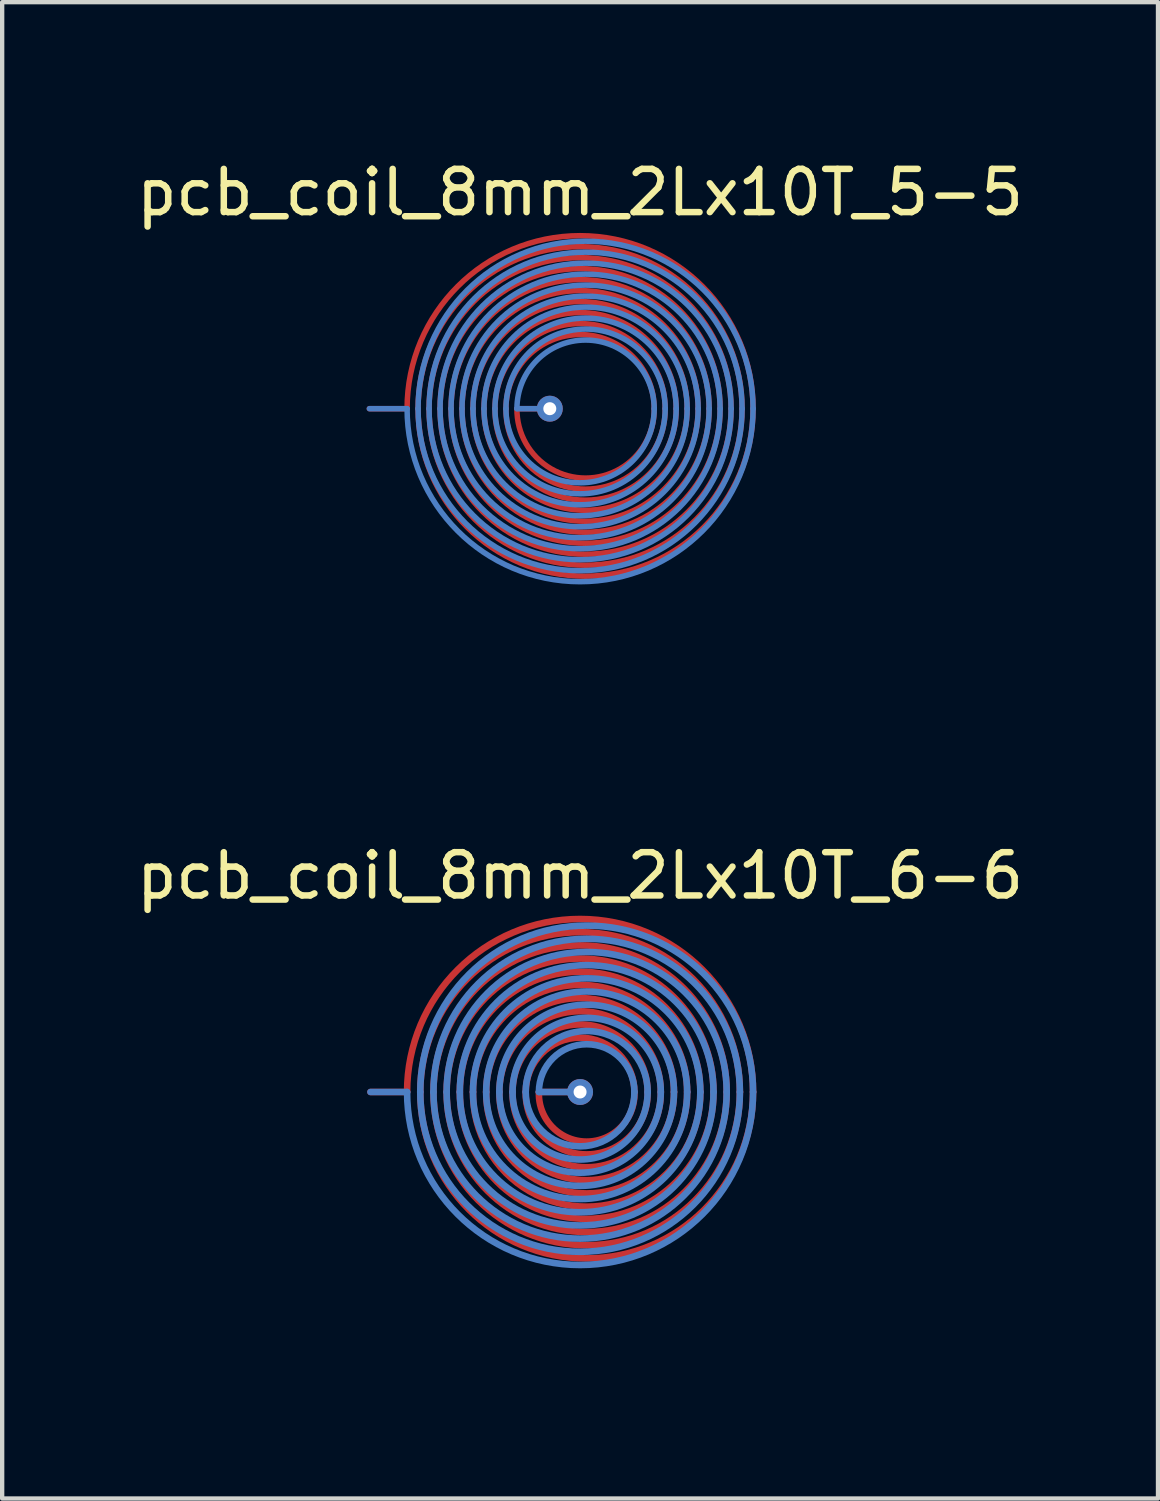
<source format=kicad_pcb>
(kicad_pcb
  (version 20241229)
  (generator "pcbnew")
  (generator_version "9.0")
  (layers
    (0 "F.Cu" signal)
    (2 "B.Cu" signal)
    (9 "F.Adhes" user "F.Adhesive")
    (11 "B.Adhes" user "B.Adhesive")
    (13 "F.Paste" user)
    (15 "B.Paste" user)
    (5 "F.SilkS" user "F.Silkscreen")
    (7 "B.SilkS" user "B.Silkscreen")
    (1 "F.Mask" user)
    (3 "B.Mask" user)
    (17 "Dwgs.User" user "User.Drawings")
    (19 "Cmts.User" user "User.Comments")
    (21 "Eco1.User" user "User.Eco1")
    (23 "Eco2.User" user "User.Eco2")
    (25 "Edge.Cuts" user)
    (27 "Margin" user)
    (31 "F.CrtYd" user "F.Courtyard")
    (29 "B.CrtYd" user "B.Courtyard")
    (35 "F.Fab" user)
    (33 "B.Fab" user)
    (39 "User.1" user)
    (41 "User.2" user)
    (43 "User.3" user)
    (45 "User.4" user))
  (footprint "pcb_coil_8mm_2Lx10T_5-5"
    (layer "F.Cu")
    (at 10.363 6.4)
    (property "Reference" "pcb_coil_8mm_2Lx10T_5-5" (at 0 -5 0) (unlocked yes) (layer "F.SilkS") (effects (font (size 1 1) (thickness 0.15))))
    (attr through_hole exclude_from_bom)
    (fp_line (start -1.46 0) (end -0.7 0) (stroke (width 0.127) (type solid)) (layer "F.Cu"))
    (fp_arc (start -4 0) (mid 0 -4) (end 4 0) (stroke (width 0.127) (type solid)) (layer "F.Cu"))
    (fp_arc (start -3.746 0) (mid 0 -3.746) (end 3.746 0) (stroke (width 0.127) (type solid)) (layer "F.Cu"))
    (fp_arc (start -3.492 0) (mid 0 -3.492) (end 3.492 0) (stroke (width 0.127) (type solid)) (layer "F.Cu"))
    (fp_arc (start -3.238 0) (mid 0 -3.238) (end 3.238 0) (stroke (width 0.127) (type solid)) (layer "F.Cu"))
    (fp_arc (start -2.984 0) (mid 0 -2.984) (end 2.984 0) (stroke (width 0.127) (type solid)) (layer "F.Cu"))
    (fp_arc (start -2.73 0) (mid 0 -2.73) (end 2.73 0) (stroke (width 0.127) (type solid)) (layer "F.Cu"))
    (fp_arc (start -2.476 0) (mid 0 -2.476) (end 2.476 0) (stroke (width 0.127) (type solid)) (layer "F.Cu"))
    (fp_arc (start -2.222 0) (mid 0 -2.222) (end 2.222 0) (stroke (width 0.127) (type solid)) (layer "F.Cu"))
    (fp_arc (start -1.968 0) (mid 0 -1.968) (end 1.968 0) (stroke (width 0.127) (type solid)) (layer "F.Cu"))
    (fp_arc (start -1.714 0) (mid 0 -1.714) (end 1.714 0) (stroke (width 0.127) (type solid)) (layer "F.Cu"))
    (fp_arc (start 1.714 0) (mid 0.127 1.607456) (end -1.46 0) (stroke (width 0.127) (type solid)) (layer "F.Cu"))
    (fp_arc (start 1.968 0) (mid 0.127 1.858605) (end -1.714 0) (stroke (width 0.127) (type solid)) (layer "F.Cu"))
    (fp_arc (start 2.222 0) (mid 0.127 2.110455) (end -1.968 0) (stroke (width 0.127) (type solid)) (layer "F.Cu"))
    (fp_arc (start 2.476 0) (mid 0.127 2.362773) (end -2.222 0) (stroke (width 0.127) (type solid)) (layer "F.Cu"))
    (fp_arc (start 2.73 0) (mid 0.127 2.615423) (end -2.476 0) (stroke (width 0.127) (type solid)) (layer "F.Cu"))
    (fp_arc (start 2.984 0) (mid 0.127 2.868313) (end -2.73 0) (stroke (width 0.127) (type solid)) (layer "F.Cu"))
    (fp_arc (start 3.238 0) (mid 0.127 3.121386) (end -2.984 0) (stroke (width 0.127) (type solid)) (layer "F.Cu"))
    (fp_arc (start 3.492 0) (mid 0.127 3.3746) (end -3.238 0) (stroke (width 0.127) (type solid)) (layer "F.Cu"))
    (fp_arc (start 3.746 0) (mid 0.127 3.627925) (end -3.492 0) (stroke (width 0.127) (type solid)) (layer "F.Cu"))
    (fp_arc (start 4 0) (mid 0.127 3.881338) (end -3.746 0) (stroke (width 0.127) (type solid)) (layer "F.Cu"))
    (fp_line (start -1.46 0) (end -0.7 0) (stroke (width 0.127) (type solid)) (layer "B.Cu"))
    (fp_arc (start -3.746 0) (mid 0.127 -3.873) (end 4 0) (stroke (width 0.127) (type solid)) (layer "B.Cu"))
    (fp_arc (start -3.492 0) (mid 0.127 -3.619) (end 3.746 0) (stroke (width 0.127) (type solid)) (layer "B.Cu"))
    (fp_arc (start -3.238 0) (mid 0.127 -3.365) (end 3.492 0) (stroke (width 0.127) (type solid)) (layer "B.Cu"))
    (fp_arc (start -2.984 0) (mid 0.127 -3.111) (end 3.238 0) (stroke (width 0.127) (type solid)) (layer "B.Cu"))
    (fp_arc (start -2.73 0) (mid 0.127 -2.857) (end 2.984 0) (stroke (width 0.127) (type solid)) (layer "B.Cu"))
    (fp_arc (start -2.476 0) (mid 0.127 -2.603) (end 2.73 0) (stroke (width 0.127) (type solid)) (layer "B.Cu"))
    (fp_arc (start -2.222 0) (mid 0.127 -2.349) (end 2.476 0) (stroke (width 0.127) (type solid)) (layer "B.Cu"))
    (fp_arc (start -1.968 0) (mid 0.127 -2.095) (end 2.222 0) (stroke (width 0.127) (type solid)) (layer "B.Cu"))
    (fp_arc (start -1.714 0) (mid 0.127 -1.841) (end 1.968 0) (stroke (width 0.127) (type solid)) (layer "B.Cu"))
    (fp_arc (start -1.46 0) (mid 0.127 -1.587) (end 1.714 0) (stroke (width 0.127) (type solid)) (layer "B.Cu"))
    (fp_arc (start 1.714 0) (mid 0 1.714) (end -1.714 0) (stroke (width 0.127) (type solid)) (layer "B.Cu"))
    (fp_arc (start 1.968 0) (mid 0 1.968) (end -1.968 0) (stroke (width 0.127) (type solid)) (layer "B.Cu"))
    (fp_arc (start 2.222 0) (mid 0 2.222) (end -2.222 0) (stroke (width 0.127) (type solid)) (layer "B.Cu"))
    (fp_arc (start 2.476 0) (mid 0 2.476) (end -2.476 0) (stroke (width 0.127) (type solid)) (layer "B.Cu"))
    (fp_arc (start 2.73 0) (mid 0 2.73) (end -2.73 0) (stroke (width 0.127) (type solid)) (layer "B.Cu"))
    (fp_arc (start 2.984 0) (mid 0 2.984) (end -2.984 0) (stroke (width 0.127) (type solid)) (layer "B.Cu"))
    (fp_arc (start 3.238 0) (mid 0 3.238) (end -3.238 0) (stroke (width 0.127) (type solid)) (layer "B.Cu"))
    (fp_arc (start 3.492 0) (mid 0 3.492) (end -3.492 0) (stroke (width 0.127) (type solid)) (layer "B.Cu"))
    (fp_arc (start 3.746 0) (mid 0 3.746) (end -3.746 0) (stroke (width 0.127) (type solid)) (layer "B.Cu"))
    (fp_arc (start 4 0) (mid 0 4) (end -4 0) (stroke (width 0.127) (type solid)) (layer "B.Cu"))
    (pad "1" smd roundrect (at -4.436 0) (size 1 0.127) (layers "B.Cu") (roundrect_rratio 0.5))
    (pad "2" smd roundrect (at -4.436 0) (size 1 0.127) (layers "F.Cu") (roundrect_rratio 0.5))
    (pad "3" thru_hole circle (at -0.7 0) (size 0.6 0.6) (drill 0.3) (layers "*.Cu" "*.Mask"))
    (zone (net_name "") (layers "F.Cu" "B.Cu") (name "MagneticField") (hatch edge 0.508) (connect_pads) (min_thickness 0.254) (filled_areas_thickness no) (keepout (tracks allowed) (vias allowed) (pads allowed) (copperpour not_allowed) (footprints not_allowed)) (placement (enabled no)) (fill) (polygon (pts (xy 16.763 6.904) (xy 16.605 7.899) (xy 16.294 8.857) (xy 15.837 9.754) (xy 15.245 10.569) (xy 14.532 11.282) (xy 13.717 11.874) (xy 12.82 12.331) (xy 11.862 12.642) (xy 10.867 12.8) (xy 9.859 12.8) (xy 8.864 12.642) (xy 7.906 12.331) (xy 7.009 11.874) (xy 6.194 11.282) (xy 5.481 10.569) (xy 4.889 9.754) (xy 4.432 8.857) (xy 4.121 7.899) (xy 3.963 6.904) (xy 3.963 5.896) (xy 4.121 4.901) (xy 4.432 3.943) (xy 4.889 3.046) (xy 5.481 2.231) (xy 6.194 1.518) (xy 7.009 0.926) (xy 7.906 0.469) (xy 8.864 0.158) (xy 9.859 0) (xy 10.867 0) (xy 11.862 0.158) (xy 12.82 0.469) (xy 13.717 0.926) (xy 14.532 1.518) (xy 15.245 2.231) (xy 15.837 3.046) (xy 16.294 3.943) (xy 16.605 4.901) (xy 16.763 5.896)))))
  (footprint "pcb_coil_8mm_2Lx10T_6-6"
    (layer "F.Cu")
    (at 10.363 22.2)
    (property "Reference" "pcb_coil_8mm_2Lx10T_6-6" (at 0 -5 0) (unlocked yes) (layer "F.SilkS") (effects (font (size 1 1) (thickness 0.15))))
    (attr through_hole exclude_from_bom)
    (fp_line (start -0.952 0) (end 0 0) (stroke (width 0.152) (type solid)) (layer "F.Cu"))
    (fp_arc (start -4 0) (mid 0 -4) (end 4 0) (stroke (width 0.1524) (type solid)) (layer "F.Cu"))
    (fp_arc (start -3.6952 0) (mid 0 -3.6952) (end 3.6952 0) (stroke (width 0.1524) (type solid)) (layer "F.Cu"))
    (fp_arc (start -3.3904 0) (mid 0 -3.3904) (end 3.3904 0) (stroke (width 0.1524) (type solid)) (layer "F.Cu"))
    (fp_arc (start -3.0856 0) (mid 0 -3.0856) (end 3.0856 0) (stroke (width 0.1524) (type solid)) (layer "F.Cu"))
    (fp_arc (start -2.7808 0) (mid 0 -2.7808) (end 2.7808 0) (stroke (width 0.1524) (type solid)) (layer "F.Cu"))
    (fp_arc (start -2.476 0) (mid 0 -2.476) (end 2.476 0) (stroke (width 0.1524) (type solid)) (layer "F.Cu"))
    (fp_arc (start -2.1712 0) (mid 0 -2.1712) (end 2.1712 0) (stroke (width 0.1524) (type solid)) (layer "F.Cu"))
    (fp_arc (start -1.8664 0) (mid 0 -1.8664) (end 1.8664 0) (stroke (width 0.1524) (type solid)) (layer "F.Cu"))
    (fp_arc (start -1.5616 0) (mid 0 -1.5616) (end 1.5616 0) (stroke (width 0.1524) (type solid)) (layer "F.Cu"))
    (fp_arc (start -1.2568 0) (mid 0 -1.2568) (end 1.2568 0) (stroke (width 0.1524) (type solid)) (layer "F.Cu"))
    (fp_arc (start 1.2568 0) (mid 0.1524 1.147261) (end -0.952 0) (stroke (width 0.1524) (type solid)) (layer "F.Cu"))
    (fp_arc (start 1.5616 0) (mid 0.1524 1.442548) (end -1.2568 0) (stroke (width 0.1524) (type solid)) (layer "F.Cu"))
    (fp_arc (start 1.8664 0) (mid 0.1524 1.741315) (end -1.5616 0) (stroke (width 0.1524) (type solid)) (layer "F.Cu"))
    (fp_arc (start 2.1712 0) (mid 0.1524 2.04194) (end -1.8664 0) (stroke (width 0.1524) (type solid)) (layer "F.Cu"))
    (fp_arc (start 2.476 0) (mid 0.1524 2.343677) (end -2.1712 0) (stroke (width 0.1524) (type solid)) (layer "F.Cu"))
    (fp_arc (start 2.7808 0) (mid 0.1524 2.646132) (end -2.476 0) (stroke (width 0.1524) (type solid)) (layer "F.Cu"))
    (fp_arc (start 3.0856 0) (mid 0.1524 2.949079) (end -2.7808 0) (stroke (width 0.1524) (type solid)) (layer "F.Cu"))
    (fp_arc (start 3.3904 0) (mid 0.1524 3.252378) (end -3.0856 0) (stroke (width 0.1524) (type solid)) (layer "F.Cu"))
    (fp_arc (start 3.6952 0) (mid 0.1524 3.555936) (end -3.3904 0) (stroke (width 0.1524) (type solid)) (layer "F.Cu"))
    (fp_arc (start 4 0) (mid 0.1524 3.859692) (end -3.6952 0) (stroke (width 0.1524) (type solid)) (layer "F.Cu"))
    (fp_line (start -0.952 0) (end 0 0) (stroke (width 0.152) (type solid)) (layer "B.Cu"))
    (fp_arc (start -3.6952 0) (mid 0.1524 -3.8476) (end 4 0) (stroke (width 0.1524) (type solid)) (layer "B.Cu"))
    (fp_arc (start -3.3904 0) (mid 0.1524 -3.5428) (end 3.6952 0) (stroke (width 0.1524) (type solid)) (layer "B.Cu"))
    (fp_arc (start -3.0856 0) (mid 0.1524 -3.238) (end 3.3904 0) (stroke (width 0.1524) (type solid)) (layer "B.Cu"))
    (fp_arc (start -2.7808 0) (mid 0.1524 -2.9332) (end 3.0856 0) (stroke (width 0.1524) (type solid)) (layer "B.Cu"))
    (fp_arc (start -2.476 0) (mid 0.1524 -2.6284) (end 2.7808 0) (stroke (width 0.1524) (type solid)) (layer "B.Cu"))
    (fp_arc (start -2.1712 0) (mid 0.1524 -2.3236) (end 2.476 0) (stroke (width 0.1524) (type solid)) (layer "B.Cu"))
    (fp_arc (start -1.8664 0) (mid 0.1524 -2.0188) (end 2.1712 0) (stroke (width 0.1524) (type solid)) (layer "B.Cu"))
    (fp_arc (start -1.5616 0) (mid 0.1524 -1.714) (end 1.8664 0) (stroke (width 0.1524) (type solid)) (layer "B.Cu"))
    (fp_arc (start -1.2568 0) (mid 0.1524 -1.4092) (end 1.5616 0) (stroke (width 0.1524) (type solid)) (layer "B.Cu"))
    (fp_arc (start -0.952 0) (mid 0.1524 -1.1044) (end 1.2568 0) (stroke (width 0.1524) (type solid)) (layer "B.Cu"))
    (fp_arc (start 1.2568 0) (mid 0 1.2568) (end -1.2568 0) (stroke (width 0.1524) (type solid)) (layer "B.Cu"))
    (fp_arc (start 1.5616 0) (mid 0 1.5616) (end -1.5616 0) (stroke (width 0.1524) (type solid)) (layer "B.Cu"))
    (fp_arc (start 1.8664 0) (mid 0 1.8664) (end -1.8664 0) (stroke (width 0.1524) (type solid)) (layer "B.Cu"))
    (fp_arc (start 2.1712 0) (mid 0 2.1712) (end -2.1712 0) (stroke (width 0.1524) (type solid)) (layer "B.Cu"))
    (fp_arc (start 2.476 0) (mid 0 2.476) (end -2.476 0) (stroke (width 0.1524) (type solid)) (layer "B.Cu"))
    (fp_arc (start 2.7808 0) (mid 0 2.7808) (end -2.7808 0) (stroke (width 0.1524) (type solid)) (layer "B.Cu"))
    (fp_arc (start 3.0856 0) (mid 0 3.0856) (end -3.0856 0) (stroke (width 0.1524) (type solid)) (layer "B.Cu"))
    (fp_arc (start 3.3904 0) (mid 0 3.3904) (end -3.3904 0) (stroke (width 0.1524) (type solid)) (layer "B.Cu"))
    (fp_arc (start 3.6952 0) (mid 0 3.6952) (end -3.6952 0) (stroke (width 0.1524) (type solid)) (layer "B.Cu"))
    (fp_arc (start 4 0) (mid 0 4) (end -4 0) (stroke (width 0.1524) (type solid)) (layer "B.Cu"))
    (pad "1" smd roundrect (at -4.424 0) (size 1 0.152) (layers "B.Cu") (roundrect_rratio 0.5))
    (pad "2" smd roundrect (at -4.424 0) (size 1 0.152) (layers "F.Cu") (roundrect_rratio 0.5))
    (pad "3" thru_hole circle (at 0 0) (size 0.6 0.6) (drill 0.3) (layers "*.Cu" "*.Mask"))
    (zone (net_name "") (layers "F.Cu" "B.Cu") (name "MagneticField") (hatch edge 0.508) (connect_pads) (min_thickness 0.254) (filled_areas_thickness no) (keepout (tracks allowed) (vias allowed) (pads allowed) (copperpour not_allowed) (footprints not_allowed)) (placement (enabled no)) (fill) (polygon (pts (xy 16.763 22.704) (xy 16.605 23.699) (xy 16.294 24.657) (xy 15.837 25.554) (xy 15.245 26.369) (xy 14.532 27.082) (xy 13.717 27.674) (xy 12.82 28.131) (xy 11.862 28.442) (xy 10.867 28.6) (xy 9.859 28.6) (xy 8.864 28.442) (xy 7.906 28.131) (xy 7.009 27.674) (xy 6.194 27.082) (xy 5.481 26.369) (xy 4.889 25.554) (xy 4.432 24.657) (xy 4.121 23.699) (xy 3.963 22.704) (xy 3.963 21.696) (xy 4.121 20.701) (xy 4.432 19.743) (xy 4.889 18.846) (xy 5.481 18.031) (xy 6.194 17.318) (xy 7.009 16.726) (xy 7.906 16.269) (xy 8.864 15.958) (xy 9.859 15.8) (xy 10.867 15.8) (xy 11.862 15.958) (xy 12.82 16.269) (xy 13.717 16.726) (xy 14.532 17.318) (xy 15.245 18.031) (xy 15.837 18.846) (xy 16.294 19.743) (xy 16.605 20.701) (xy 16.763 21.696)))))
  (gr_rect
    (start -3 -3)
    (end 23.726 31.6)
    (stroke (width 0.1) (type default))
    (fill no)
    (layer "Edge.Cuts")))
</source>
